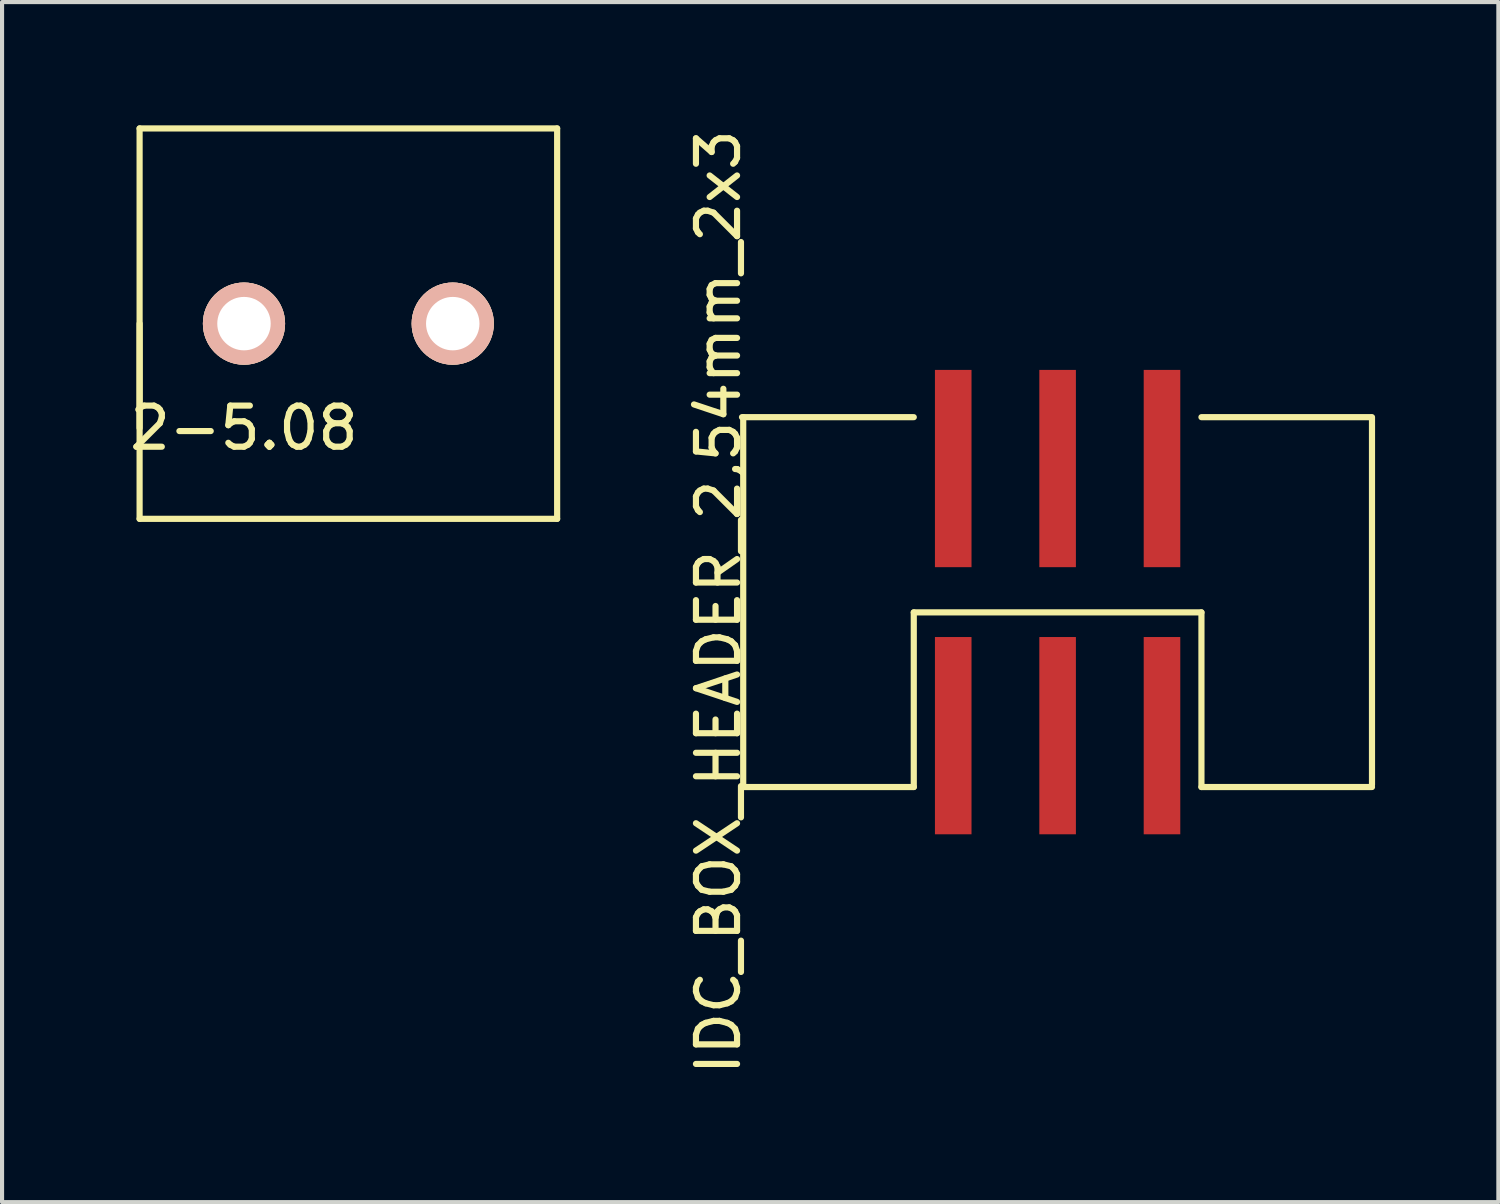
<source format=kicad_pcb>
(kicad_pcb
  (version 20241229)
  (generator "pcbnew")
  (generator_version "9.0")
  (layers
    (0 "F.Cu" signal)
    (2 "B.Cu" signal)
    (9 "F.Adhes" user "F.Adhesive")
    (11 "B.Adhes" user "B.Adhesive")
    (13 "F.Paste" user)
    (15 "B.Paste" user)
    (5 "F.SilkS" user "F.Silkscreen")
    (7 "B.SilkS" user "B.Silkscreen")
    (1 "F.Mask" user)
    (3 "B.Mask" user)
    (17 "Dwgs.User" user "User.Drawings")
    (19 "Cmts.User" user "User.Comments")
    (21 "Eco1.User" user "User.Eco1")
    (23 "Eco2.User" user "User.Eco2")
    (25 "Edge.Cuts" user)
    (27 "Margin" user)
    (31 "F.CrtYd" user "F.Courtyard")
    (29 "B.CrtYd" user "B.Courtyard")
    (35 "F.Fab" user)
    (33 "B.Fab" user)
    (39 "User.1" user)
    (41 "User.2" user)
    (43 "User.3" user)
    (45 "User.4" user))
  (footprint "IDC_BOX_HEADER_2,54mm_2x3"
    (layer "F.Cu")
    (at 22.685 11.601)
    (property "Reference" "IDC_BOX_HEADER_2,54mm_2x3" (at -8.255 0 90) (layer "F.SilkS") (effects (font (size 1 1) (thickness 0.15))))
    (attr smd)
    (fp_line (start -7.68 -4.5) (end -3.5 -4.5) (stroke (width 0.15) (type solid)) (layer "F.SilkS"))
    (fp_line (start -7.65 4.5) (end -7.65 -4.5) (stroke (width 0.15) (type solid)) (layer "F.SilkS"))
    (fp_line (start -3.5 0.25) (end -3.5 4.5) (stroke (width 0.15) (type solid)) (layer "F.SilkS"))
    (fp_line (start -3.5 0.25) (end 3.5 0.25) (stroke (width 0.15) (type solid)) (layer "F.SilkS"))
    (fp_line (start -3.5 4.5) (end -7.65 4.5) (stroke (width 0.15) (type solid)) (layer "F.SilkS"))
    (fp_line (start 3.5 -4.5) (end 7.62 -4.5) (stroke (width 0.15) (type solid)) (layer "F.SilkS"))
    (fp_line (start 3.5 0.25) (end 3.5 4.5) (stroke (width 0.15) (type solid)) (layer "F.SilkS"))
    (fp_line (start 7.65 -4.5) (end 7.65 4.445) (stroke (width 0.15) (type solid)) (layer "F.SilkS"))
    (fp_line (start 7.65 4.5) (end 3.5 4.5) (stroke (width 0.15) (type solid)) (layer "F.SilkS"))
    (pad "1" smd rect (at -2.54 3.25) (size 0.89 4.8) (layers "F.Cu" "F.Mask" "F.Paste"))
    (pad "2" smd rect (at 0 3.25) (size 0.89 4.8) (layers "F.Cu" "F.Mask" "F.Paste"))
    (pad "3" smd rect (at 2.54 3.25) (size 0.89 4.8) (layers "F.Cu" "F.Mask" "F.Paste"))
    (pad "4" smd rect (at 2.54 -3.25) (size 0.89 4.8) (layers "F.Cu" "F.Mask" "F.Paste"))
    (pad "5" smd rect (at 0 -3.25) (size 0.89 4.8) (layers "F.Cu" "F.Mask" "F.Paste"))
    (pad "6" smd rect (at -2.54 -3.25) (size 0.89 4.8) (layers "F.Cu" "F.Mask" "F.Paste")))
  (footprint "2-5.08"
    (layer "F.Cu")
    (at 2.887 4.825)
    (property "Reference" "2-5.08" (at 0 2.54 0) (layer "F.SilkS") (effects (font (size 1 1) (thickness 0.15))))
    (attr through_hole)
    (fp_line (start -2.54 -4.75) (end -2.54 4.75) (stroke (width 0.15) (type solid)) (layer "F.SilkS"))
    (fp_line (start -2.54 -4.75) (end 7.62 -4.75) (stroke (width 0.15) (type solid)) (layer "F.SilkS"))
    (fp_line (start -2.54 2.54) (end -2.54 0) (stroke (width 0.15) (type solid)) (layer "F.SilkS"))
    (fp_line (start 7.62 -4.75) (end 7.62 4.75) (stroke (width 0.15) (type solid)) (layer "F.SilkS"))
    (fp_line (start 7.62 4.75) (end -2.54 4.75) (stroke (width 0.15) (type solid)) (layer "F.SilkS"))
    (pad "1" thru_hole circle (at 0 0) (size 2 2) (drill 1.3) (layers "*.Cu" "*.SilkS" "*.Mask"))
    (pad "2" thru_hole circle (at 5.08 0) (size 2 2) (drill 1.3) (layers "*.Cu" "*.SilkS" "*.Mask")))
  (gr_rect
    (start -3 -3)
    (end 33.41 26.202)
    (stroke (width 0.1) (type default))
    (fill no)
    (layer "Edge.Cuts")))
</source>
